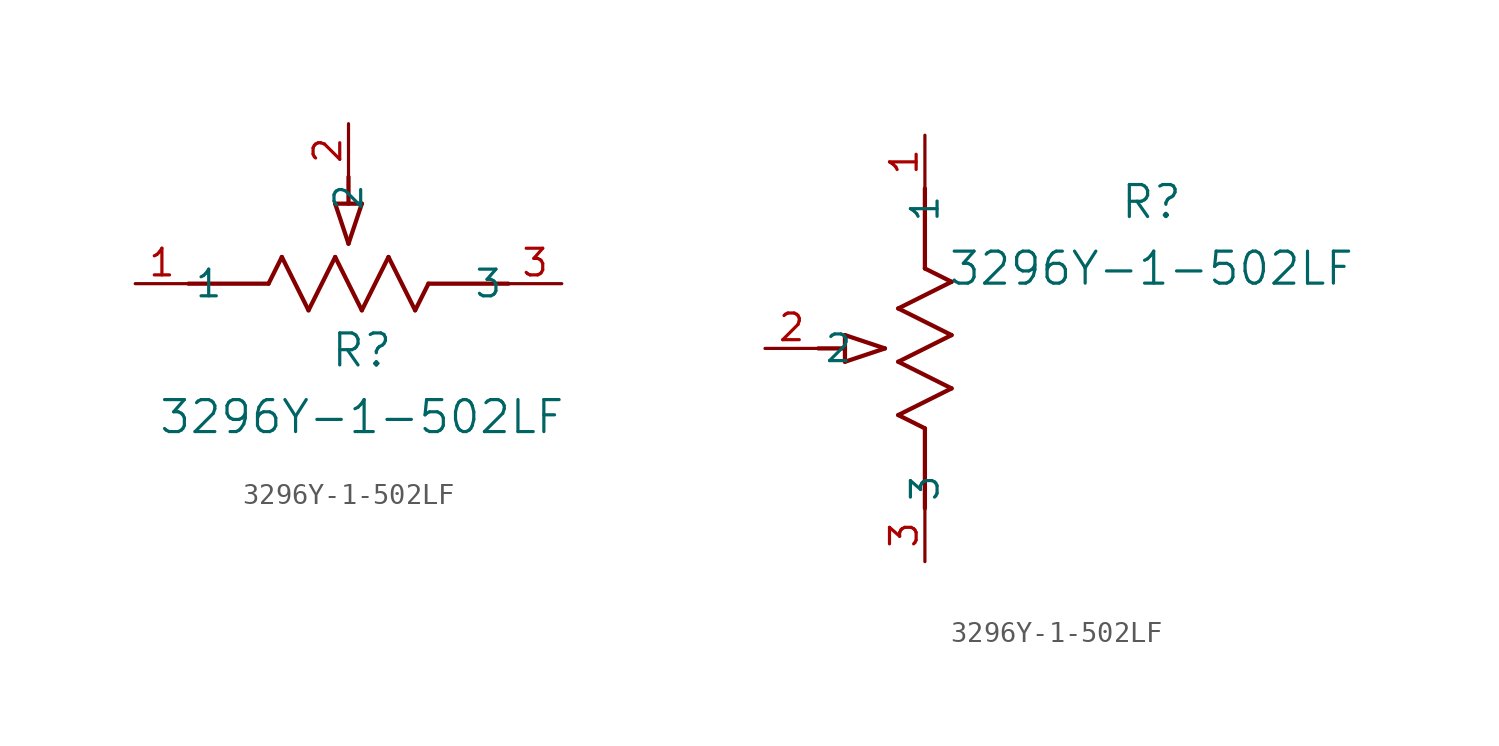
<source format=kicad_sym>
(kicad_symbol_lib
  (version 20211014)
  (generator kicad_symbol_editor)
  (symbol "3296Y-1-502LF"
    (pin_names
      (offset 0.254))
    (property "Reference" "R"
      (at 10.795 -3.175 0)
      (effects (font (size 1.524 1.524))))
    (property "Value" "3296Y-1-502LF"
      (at 10.795 -6.35 0)
      (effects (font (size 1.524 1.524))))
    (symbol "3296Y-1-502LF_1_1"
      (polyline (pts (xy 9.525 3.81) (xy 10.16 1.905)) (stroke (width 0.203) (type default) (color 0 0 0 0)) (fill (type none)))
      (polyline (pts (xy 10.795 3.81) (xy 10.16 1.905)) (stroke (width 0.203) (type default) (color 0 0 0 0)) (fill (type none)))
      (polyline (pts (xy 9.525 3.81) (xy 10.795 3.81)) (stroke (width 0.203) (type default) (color 0 0 0 0)) (fill (type none)))
      (polyline (pts (xy 10.16 3.81) (xy 10.16 5.08)) (stroke (width 0.203) (type default) (color 0 0 0 0)) (fill (type none)))
      (polyline (pts (xy 6.35 0) (xy 6.985 1.27)) (stroke (width 0.203) (type default) (color 0 0 0 0)) (fill (type none)))
      (polyline (pts (xy 9.525 1.27) (xy 10.795 -1.27)) (stroke (width 0.203) (type default) (color 0 0 0 0)) (fill (type none)))
      (polyline (pts (xy 10.795 -1.27) (xy 12.065 1.27)) (stroke (width 0.203) (type default) (color 0 0 0 0)) (fill (type none)))
      (polyline (pts (xy 8.255 -1.27) (xy 9.525 1.27)) (stroke (width 0.203) (type default) (color 0 0 0 0)) (fill (type none)))
      (polyline (pts (xy 6.985 1.27) (xy 8.255 -1.27)) (stroke (width 0.203) (type default) (color 0 0 0 0)) (fill (type none)))
      (polyline (pts (xy 13.335 -1.27) (xy 13.97 0)) (stroke (width 0.203) (type default) (color 0 0 0 0)) (fill (type none)))
      (polyline (pts (xy 13.97 0) (xy 17.78 0)) (stroke (width 0.203) (type default) (color 0 0 0 0)) (fill (type none)))
      (polyline (pts (xy 2.54 0) (xy 6.35 0)) (stroke (width 0.203) (type default) (color 0 0 0 0)) (fill (type none)))
      (polyline (pts (xy 12.065 1.27) (xy 13.335 -1.27)) (stroke (width 0.203) (type default) (color 0 0 0 0)) (fill (type none)))
      (pin unspecified line (at 20.32 0 180) (length 2.54) (name "3" (effects (font (size 1.27 1.27)))) (number "3" (effects (font (size 1.27 1.27)))))
      (pin unspecified line (at 10.16 7.62 270) (length 2.54) (name "2" (effects (font (size 1.27 1.27)))) (number "2" (effects (font (size 1.27 1.27)))))
      (pin unspecified line (at 0 0 0) (length 2.54) (name "1" (effects (font (size 1.27 1.27)))) (number "1" (effects (font (size 1.27 1.27))))))
    (symbol "3296Y-1-502LF_1_2"
      (polyline (pts (xy 0 -13.97) (xy -1.27 -13.335)) (stroke (width 0.203) (type default) (color 0 0 0 0)) (fill (type none)))
      (polyline (pts (xy 0 -17.78) (xy 0 -13.97)) (stroke (width 0.203) (type default) (color 0 0 0 0)) (fill (type none)))
      (polyline (pts (xy -3.81 -10.795) (xy -1.905 -10.16)) (stroke (width 0.203) (type default) (color 0 0 0 0)) (fill (type none)))
      (polyline (pts (xy -3.81 -9.525) (xy -1.905 -10.16)) (stroke (width 0.203) (type default) (color 0 0 0 0)) (fill (type none)))
      (polyline (pts (xy -3.81 -10.795) (xy -3.81 -9.525)) (stroke (width 0.203) (type default) (color 0 0 0 0)) (fill (type none)))
      (polyline (pts (xy 1.27 -12.065) (xy -1.27 -10.795)) (stroke (width 0.203) (type default) (color 0 0 0 0)) (fill (type none)))
      (polyline (pts (xy -1.27 -10.795) (xy 1.27 -9.525)) (stroke (width 0.203) (type default) (color 0 0 0 0)) (fill (type none)))
      (polyline (pts (xy 1.27 -9.525) (xy -1.27 -8.255)) (stroke (width 0.203) (type default) (color 0 0 0 0)) (fill (type none)))
      (polyline (pts (xy -1.27 -8.255) (xy 1.27 -6.985)) (stroke (width 0.203) (type default) (color 0 0 0 0)) (fill (type none)))
      (polyline (pts (xy 1.27 -6.985) (xy 0 -6.35)) (stroke (width 0.203) (type default) (color 0 0 0 0)) (fill (type none)))
      (polyline (pts (xy -1.27 -13.335) (xy 1.27 -12.065)) (stroke (width 0.203) (type default) (color 0 0 0 0)) (fill (type none)))
      (polyline (pts (xy 0 -6.35) (xy 0 -2.54)) (stroke (width 0.203) (type default) (color 0 0 0 0)) (fill (type none)))
      (polyline (pts (xy -3.81 -10.16) (xy -5.08 -10.16)) (stroke (width 0.203) (type default) (color 0 0 0 0)) (fill (type none)))
      (pin unspecified line (at 0 -20.32 90) (length 2.54) (name "3" (effects (font (size 1.27 1.27)))) (number "3" (effects (font (size 1.27 1.27)))))
      (pin unspecified line (at -7.62 -10.16 0) (length 2.54) (name "2" (effects (font (size 1.27 1.27)))) (number "2" (effects (font (size 1.27 1.27)))))
      (pin unspecified line (at 0 0 270) (length 2.54) (name "1" (effects (font (size 1.27 1.27)))) (number "1" (effects (font (size 1.27 1.27))))))))
</source>
